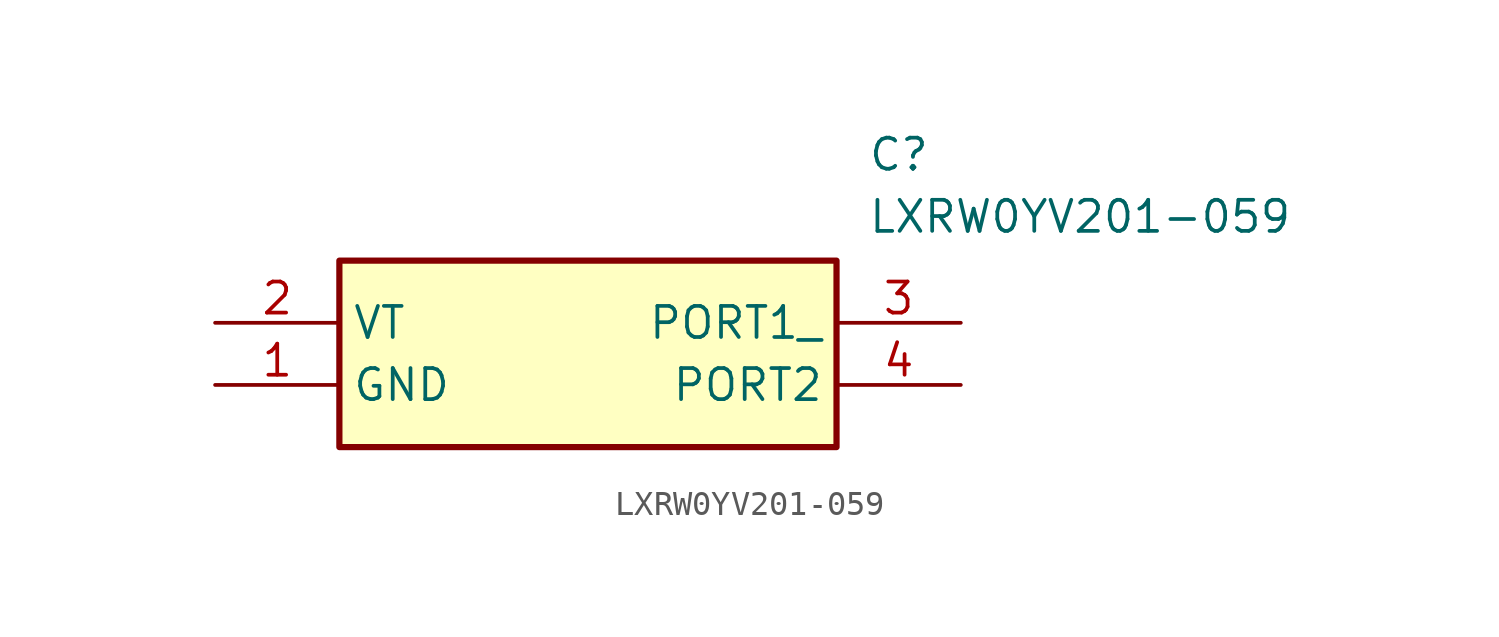
<source format=kicad_sym>
(kicad_symbol_lib
  (version 20211014)
  (generator SamacSys_ECAD_Model)
  (symbol "LXRW0YV201-059"
    (property "Reference" "C"
      (at 26.67 7.62 0)
      (effects (font (size 1.27 1.27)) (justify left top)))
    (property "Value" "LXRW0YV201-059"
      (at 26.67 5.08 0)
      (effects (font (size 1.27 1.27)) (justify left top)))
    (rectangle
      (start 5.08 2.54)
      (end 25.4 -5.08)
      (stroke (width 0.254) (type default))
      (fill (type background)))
    (pin passive line
      (at 0 -2.54 0)
      (length 5.08)
      (name "GND" (effects (font (size 1.27 1.27))))
      (number "1" (effects (font (size 1.27 1.27)))))
    (pin passive line
      (at 0 0 0)
      (length 5.08)
      (name "VT" (effects (font (size 1.27 1.27))))
      (number "2" (effects (font (size 1.27 1.27)))))
    (pin passive line
      (at 30.48 0 180)
      (length 5.08)
      (name "PORT1_" (effects (font (size 1.27 1.27))))
      (number "3" (effects (font (size 1.27 1.27)))))
    (pin passive line
      (at 30.48 -2.54 180)
      (length 5.08)
      (name "PORT2" (effects (font (size 1.27 1.27))))
      (number "4" (effects (font (size 1.27 1.27)))))))
</source>
